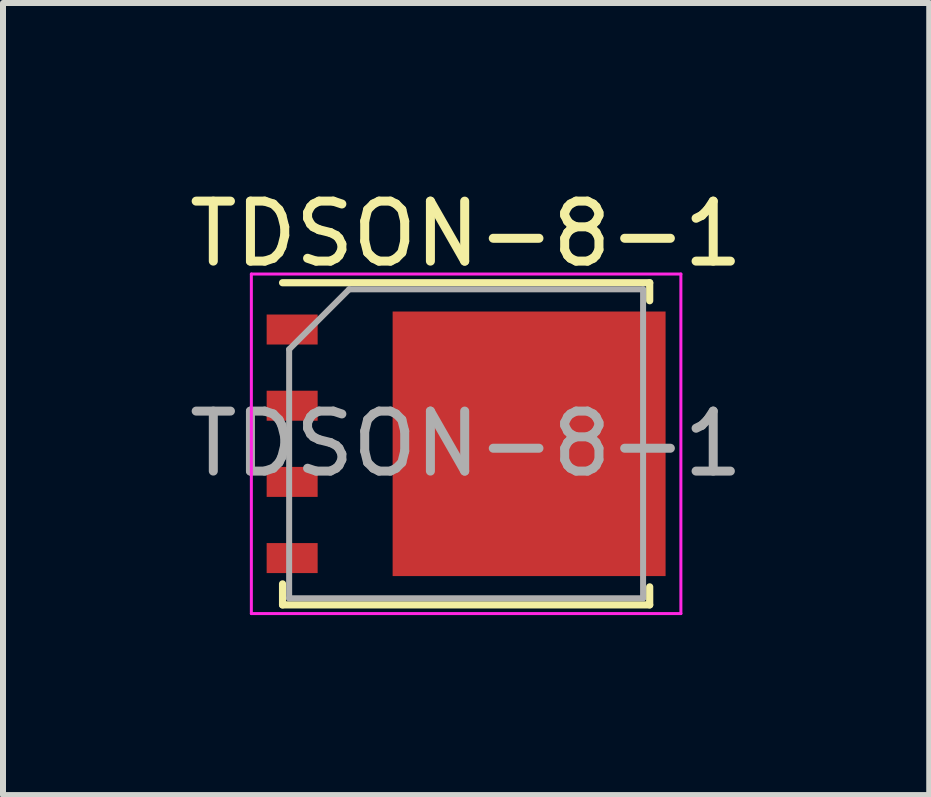
<source format=kicad_pcb>
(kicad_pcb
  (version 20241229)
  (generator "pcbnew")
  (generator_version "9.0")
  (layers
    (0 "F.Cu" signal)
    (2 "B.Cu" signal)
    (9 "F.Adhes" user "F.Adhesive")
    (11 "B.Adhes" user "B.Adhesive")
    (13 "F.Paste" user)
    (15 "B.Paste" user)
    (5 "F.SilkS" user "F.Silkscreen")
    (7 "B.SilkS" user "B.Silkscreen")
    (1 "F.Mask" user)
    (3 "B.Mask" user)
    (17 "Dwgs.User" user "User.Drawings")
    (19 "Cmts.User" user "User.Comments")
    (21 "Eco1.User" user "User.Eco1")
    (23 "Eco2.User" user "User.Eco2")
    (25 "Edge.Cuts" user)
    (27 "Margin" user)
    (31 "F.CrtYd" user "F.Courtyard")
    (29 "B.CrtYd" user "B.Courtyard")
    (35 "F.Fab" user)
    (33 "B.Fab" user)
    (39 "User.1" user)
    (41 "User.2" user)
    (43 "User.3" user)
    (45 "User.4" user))
  (footprint "TDSON-8-1"
    (layer "F.Cu")
    (at 4.72 4.348)
    (property "Reference" "TDSON-8-1" (at 0 -3.5 0) (layer "F.SilkS") (effects (font (size 1 1) (thickness 0.15))))
    (attr smd)
    (fp_line (start -3.06 2.335) (end -3.06 2.685) (stroke (width 0.12) (type solid)) (layer "F.SilkS"))
    (fp_line (start 3.06 -2.685) (end -3.06 -2.685) (stroke (width 0.12) (type solid)) (layer "F.SilkS"))
    (fp_line (start 3.06 -2.385) (end 3.06 -2.685) (stroke (width 0.12) (type solid)) (layer "F.SilkS"))
    (fp_line (start 3.06 2.385) (end 3.06 2.685) (stroke (width 0.12) (type solid)) (layer "F.SilkS"))
    (fp_line (start 3.06 2.685) (end -3.06 2.685) (stroke (width 0.12) (type solid)) (layer "F.SilkS"))
    (fp_line (start -3.58 -2.83) (end -3.58 2.83) (stroke (width 0.05) (type solid)) (layer "F.CrtYd"))
    (fp_line (start -3.58 2.83) (end 3.58 2.83) (stroke (width 0.05) (type solid)) (layer "F.CrtYd"))
    (fp_line (start 3.58 -2.83) (end -3.58 -2.83) (stroke (width 0.05) (type solid)) (layer "F.CrtYd"))
    (fp_line (start 3.58 2.83) (end 3.58 -2.83) (stroke (width 0.05) (type solid)) (layer "F.CrtYd"))
    (fp_line (start -2.95 2.575) (end -2.95 -1.575) (stroke (width 0.1) (type solid)) (layer "F.Fab"))
    (fp_line (start -1.95 -2.575) (end -2.95 -1.575) (stroke (width 0.1) (type solid)) (layer "F.Fab"))
    (fp_line (start -1.95 -2.575) (end 2.95 -2.575) (stroke (width 0.1) (type solid)) (layer "F.Fab"))
    (fp_line (start 2.95 -2.575) (end 2.95 2.575) (stroke (width 0.1) (type solid)) (layer "F.Fab"))
    (fp_line (start 2.95 2.575) (end -2.95 2.575) (stroke (width 0.1) (type solid)) (layer "F.Fab"))
    (fp_text user "${REFERENCE}" (at 0 0 0) (layer "F.Fab") (effects (font (size 1 1) (thickness 0.15))))
    (pad "" smd rect (at -0.2 -0.85) (size 1.5 1.5) (layers "F.Paste"))
    (pad "" smd rect (at -0.2 0.85) (size 1.5 1.5) (layers "F.Paste"))
    (pad "" smd custom (at 0.65 0) (size 3.75 4.41) (layers "F.Mask") (options (anchor rect)) (primitives (gr_poly (pts (xy 1.875 -2.205) (xy 2.675 -2.205) (xy 2.675 -1.605) (xy 1.875 -1.605)) (width 0) (fill yes)) (gr_poly (pts (xy 1.875 -0.935) (xy 2.675 -0.935) (xy 2.675 -0.335) (xy 1.875 -0.335)) (width 0) (fill yes)) (gr_poly (pts (xy 1.875 0.335) (xy 2.675 0.335) (xy 2.675 0.935) (xy 1.875 0.935)) (width 0) (fill yes)) (gr_poly (pts (xy 1.875 1.605) (xy 2.675 1.605) (xy 2.675 2.205) (xy 1.875 2.205)) (width 0) (fill yes))))
    (pad "" smd rect (at 1.5 -0.85) (size 1.5 1.5) (layers "F.Paste"))
    (pad "" smd rect (at 1.5 0.85) (size 1.5 1.5) (layers "F.Paste"))
    (pad "" smd rect (at 2.905 -1.905) (size 0.75 0.5) (layers "F.Paste"))
    (pad "" smd rect (at 2.905 -0.635) (size 0.75 0.5) (layers "F.Paste"))
    (pad "" smd rect (at 2.905 0.635) (size 0.75 0.5) (layers "F.Paste"))
    (pad "" smd rect (at 2.905 1.905) (size 0.75 0.5) (layers "F.Paste"))
    (pad "1" smd rect (at 1.05 0) (size 4.55 4.41) (layers "F.Cu"))
    (pad "2" smd rect (at -2.9 1.905) (size 0.85 0.5) (layers "F.Cu" "F.Mask" "F.Paste"))
    (pad "3" smd rect (at -2.9 -1.905) (size 0.85 0.5) (layers "F.Cu" "F.Mask" "F.Paste"))
    (pad "3" smd rect (at -2.9 -0.635) (size 0.85 0.5) (layers "F.Cu" "F.Mask" "F.Paste"))
    (pad "3" smd rect (at -2.9 0.635) (size 0.85 0.5) (layers "F.Cu" "F.Mask" "F.Paste")))
  (gr_rect
    (start -3 -3)
    (end 12.44 10.203)
    (stroke (width 0.1) (type default))
    (fill no)
    (layer "Edge.Cuts")))
</source>
